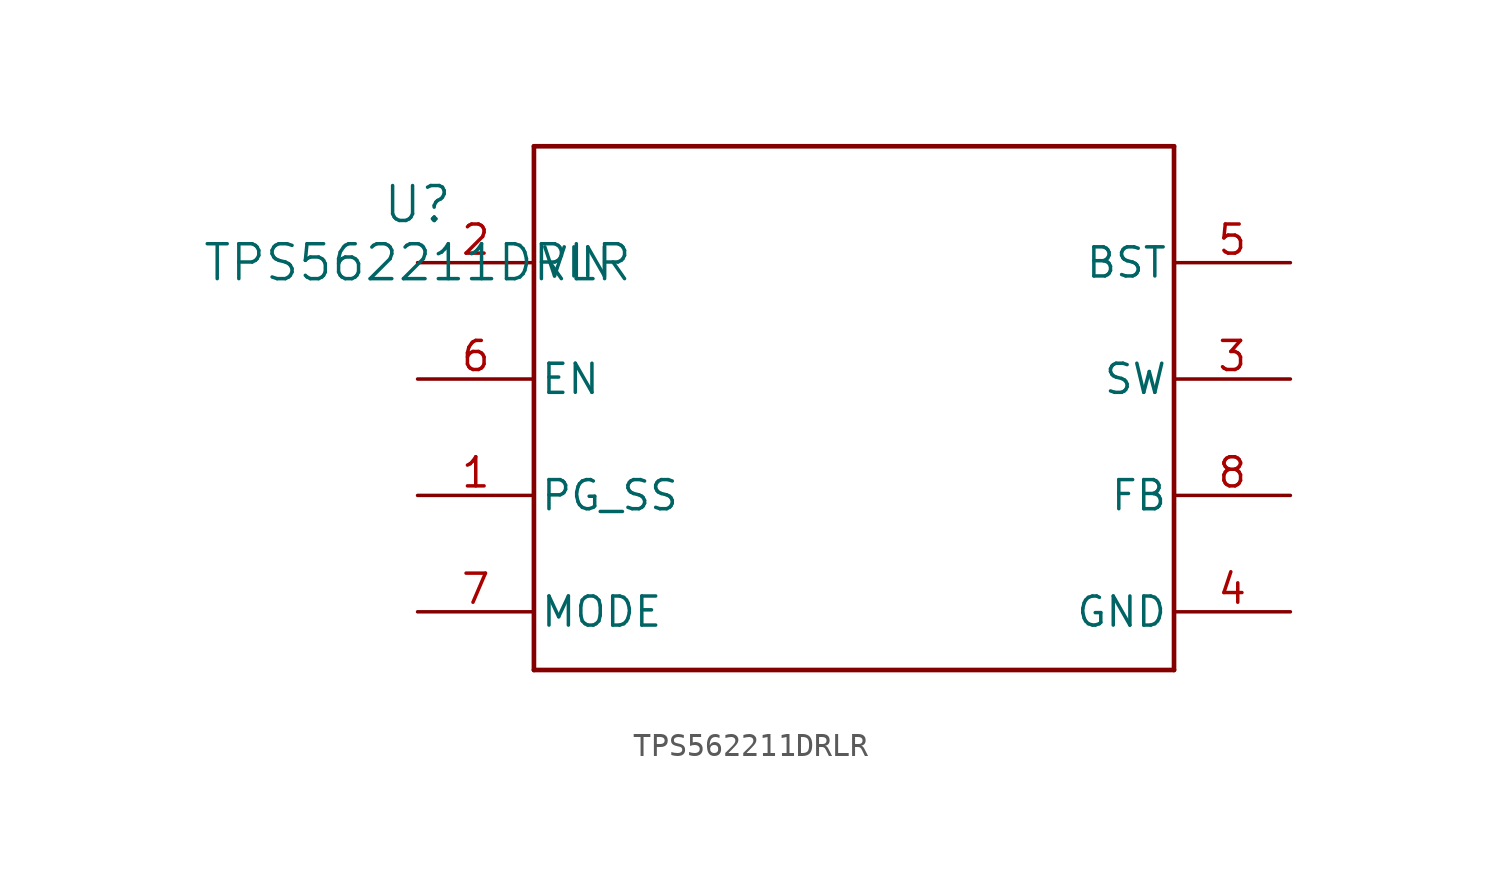
<source format=kicad_sym>
(kicad_symbol_lib
  (version 20231120)
  (generator "kicad_symbol_editor")
  (generator_version "8.0")
  (symbol "TPS562211DRLR"
    (pin_names
      (offset 0.254))
    (property "Reference" "U"
      (at 0 2.54 0)
      (effects (font (size 1.524 1.524))))
    (property "Value" "TPS562211DRLR"
      (at 0 0 0)
      (effects (font (size 1.524 1.524))))
    (symbol "TPS562211DRLR_0_1"
      (polyline (pts (xy 5.08 -17.78) (xy 33.02 -17.78)) (stroke (width 0.203) (type default)) (fill (type none)))
      (polyline (pts (xy 5.08 5.08) (xy 5.08 -17.78)) (stroke (width 0.203) (type default)) (fill (type none)))
      (polyline (pts (xy 33.02 -17.78) (xy 33.02 5.08)) (stroke (width 0.203) (type default)) (fill (type none)))
      (polyline (pts (xy 33.02 5.08) (xy 5.08 5.08)) (stroke (width 0.203) (type default)) (fill (type none)))
      (pin open_collector line (at 0 -10.16 0) (length 5.08) (name "PG_SS" (effects (font (size 1.27 1.27)))) (number "1" (effects (font (size 1.27 1.27)))))
      (pin power_in line (at 0 0 0) (length 5.08) (name "VIN" (effects (font (size 1.27 1.27)))) (number "2" (effects (font (size 1.27 1.27)))))
      (pin unspecified line (at 38.1 -5.08 180) (length 5.08) (name "SW" (effects (font (size 1.27 1.27)))) (number "3" (effects (font (size 1.27 1.27)))))
      (pin power_in line (at 38.1 -15.24 180) (length 5.08) (name "GND" (effects (font (size 1.27 1.27)))) (number "4" (effects (font (size 1.27 1.27)))))
      (pin unspecified line (at 38.1 0 180) (length 5.08) (name "BST" (effects (font (size 1.27 1.27)))) (number "5" (effects (font (size 1.27 1.27)))))
      (pin input line (at 0 -5.08 0) (length 5.08) (name "EN" (effects (font (size 1.27 1.27)))) (number "6" (effects (font (size 1.27 1.27)))))
      (pin unspecified line (at 0 -15.24 0) (length 5.08) (name "MODE" (effects (font (size 1.27 1.27)))) (number "7" (effects (font (size 1.27 1.27)))))
      (pin unspecified line (at 38.1 -10.16 180) (length 5.08) (name "FB" (effects (font (size 1.27 1.27)))) (number "8" (effects (font (size 1.27 1.27))))))))
</source>
